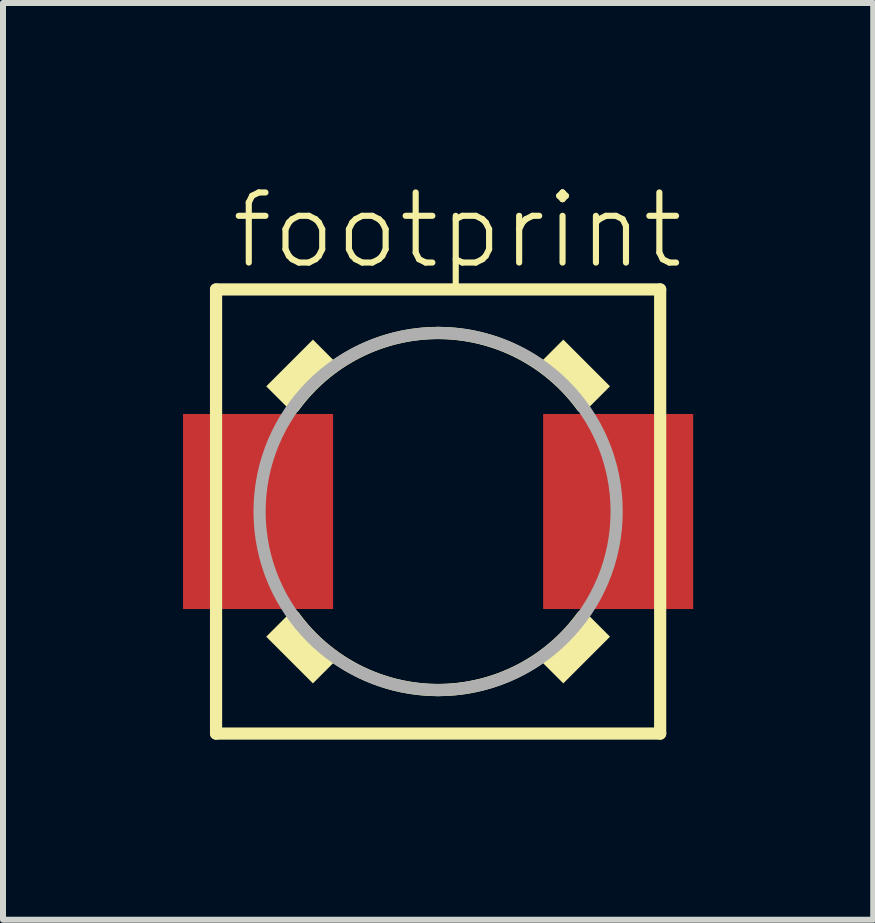
<source format=kicad_pcb>
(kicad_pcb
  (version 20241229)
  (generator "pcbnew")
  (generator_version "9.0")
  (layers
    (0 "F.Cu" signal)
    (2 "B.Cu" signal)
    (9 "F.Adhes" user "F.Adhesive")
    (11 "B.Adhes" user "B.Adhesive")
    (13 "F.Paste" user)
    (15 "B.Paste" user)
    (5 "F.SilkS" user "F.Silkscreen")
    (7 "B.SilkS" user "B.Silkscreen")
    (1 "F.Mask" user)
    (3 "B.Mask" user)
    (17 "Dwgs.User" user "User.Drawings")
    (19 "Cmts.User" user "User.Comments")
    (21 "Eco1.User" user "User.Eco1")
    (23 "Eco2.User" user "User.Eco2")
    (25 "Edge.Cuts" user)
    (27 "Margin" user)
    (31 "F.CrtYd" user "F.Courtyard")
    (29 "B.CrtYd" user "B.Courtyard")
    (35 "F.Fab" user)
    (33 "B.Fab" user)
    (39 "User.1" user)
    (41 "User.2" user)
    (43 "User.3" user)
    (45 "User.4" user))
  (footprint "footprint"
    (layer "F.Cu")
    (at 4.25 5.473)
    (property "Reference" "footprint" (at -3.5 -4 0) (layer "F.SilkS") (effects (font (size 1.168 1.168) (thickness 0.102)) (justify left bottom)))
    (fp_line (start -3.7 -3.7) (end 3.7 -3.7) (stroke (width 0.203) (type solid)) (layer "F.SilkS"))
    (fp_line (start -3.7 3.7) (end -3.7 -3.7) (stroke (width 0.203) (type solid)) (layer "F.SilkS"))
    (fp_line (start 3.7 -3.7) (end 3.7 3.7) (stroke (width 0.203) (type solid)) (layer "F.SilkS"))
    (fp_line (start 3.7 3.7) (end -3.7 3.7) (stroke (width 0.203) (type solid)) (layer "F.SilkS"))
    (fp_arc (start -2.4 -1.75) (mid -1.346639 -2.649793) (end 0 -2.975) (stroke (width 0.2032) (type solid)) (layer "F.SilkS"))
    (fp_arc (start 0 -2.975) (mid 1.34664 -2.649794) (end 2.4 -1.75) (stroke (width 0.2032) (type solid)) (layer "F.SilkS"))
    (fp_arc (start 0 2.975) (mid -1.34664 2.649794) (end -2.4 1.75) (stroke (width 0.2032) (type solid)) (layer "F.SilkS"))
    (fp_arc (start 2.4 1.75) (mid 1.346639 2.649793) (end 0 2.975) (stroke (width 0.2032) (type solid)) (layer "F.SilkS"))
    (fp_poly (pts (xy -2.457 -1.679) (xy -1.679 -2.457) (xy -2.086 -2.864) (xy -2.864 -2.086)) (stroke (width 0) (type solid)) (fill yes) (layer "F.SilkS"))
    (fp_poly (pts (xy -1.679 2.457) (xy -2.457 1.679) (xy -2.864 2.086) (xy -2.086 2.864)) (stroke (width 0) (type solid)) (fill yes) (layer "F.SilkS"))
    (fp_poly (pts (xy 1.679 -2.457) (xy 2.457 -1.679) (xy 2.864 -2.086) (xy 2.086 -2.864)) (stroke (width 0) (type solid)) (fill yes) (layer "F.SilkS"))
    (fp_poly (pts (xy 2.457 1.679) (xy 1.679 2.457) (xy 2.086 2.864) (xy 2.864 2.086)) (stroke (width 0) (type solid)) (fill yes) (layer "F.SilkS"))
    (fp_circle (center 0 0) (end 2.975 0) (stroke (width 0.203) (type solid)) (fill no) (layer "F.Fab"))
    (pad "1" smd rect (at -3 0) (size 2.5 3.25) (layers "F.Cu" "F.Mask" "F.Paste"))
    (pad "2" smd rect (at 3 0) (size 2.5 3.25) (layers "F.Cu" "F.Mask" "F.Paste")))
  (gr_rect
    (start -3 -3)
    (end 11.5 12.275)
    (stroke (width 0.1) (type default))
    (fill no)
    (layer "Edge.Cuts")))
</source>
